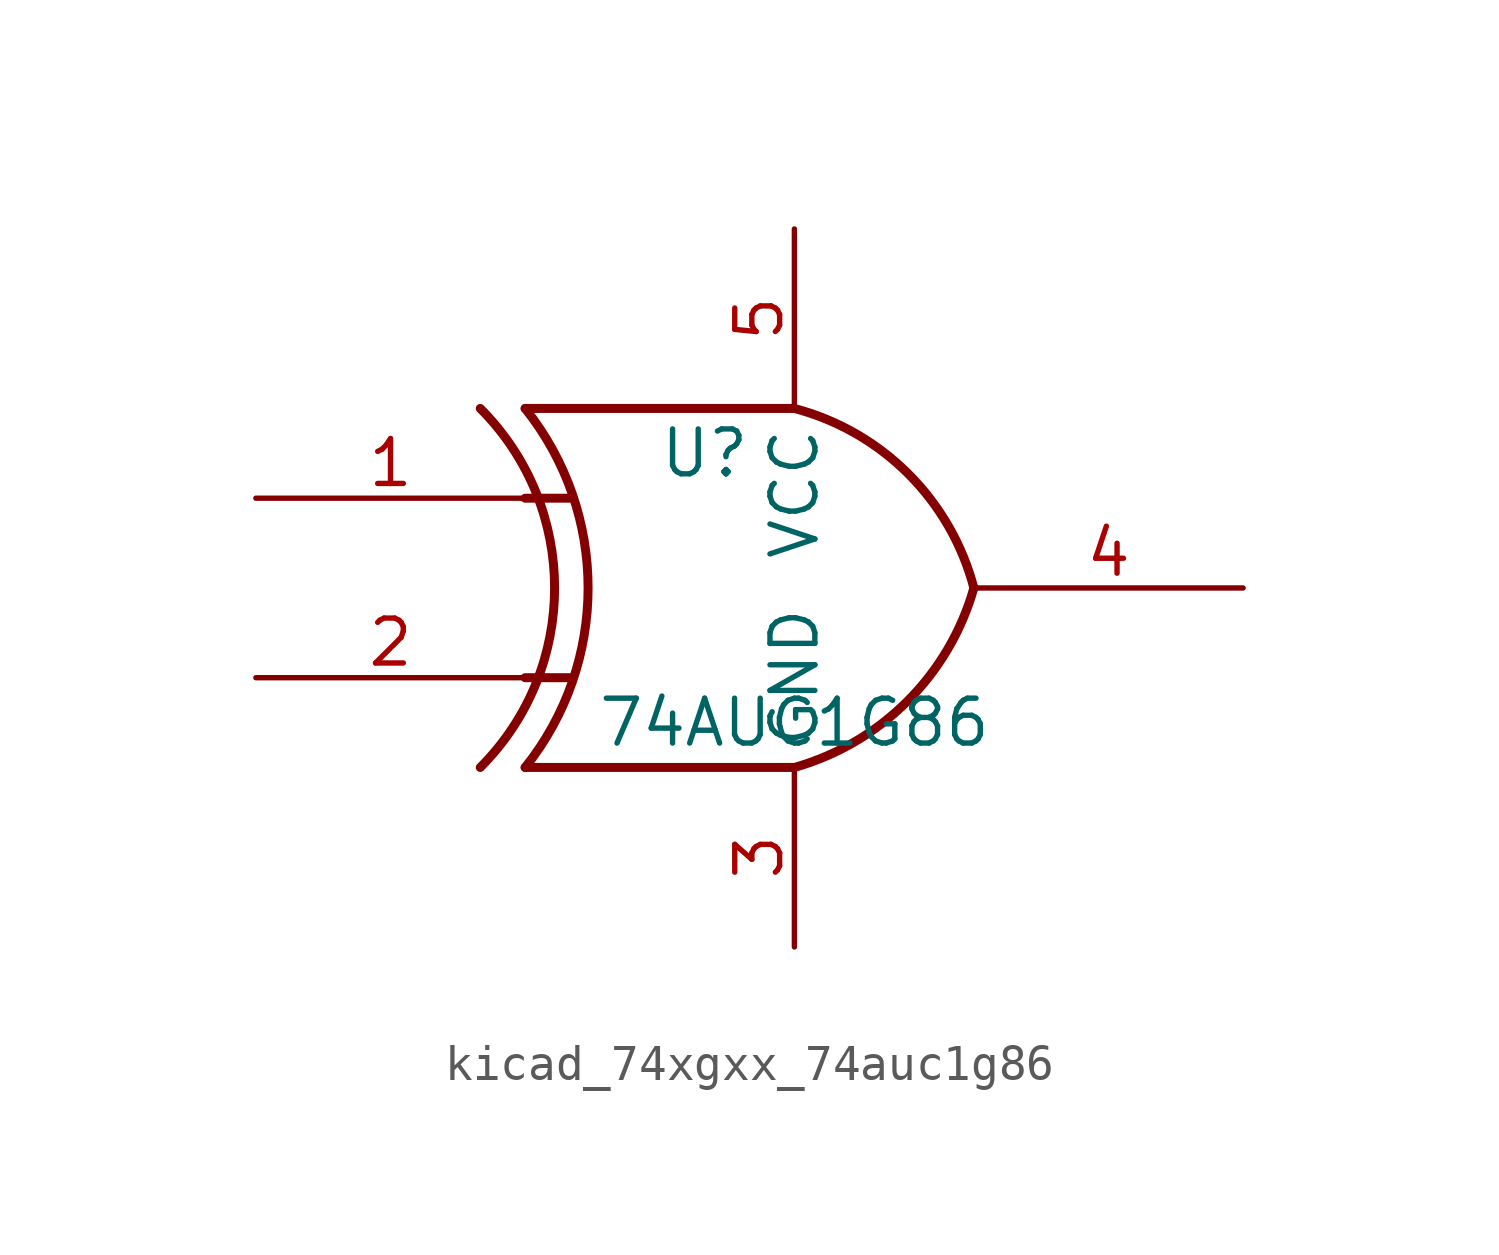
<source format=kicad_sym>
(kicad_symbol_lib
  (version 20220914)
  (generator kicad_symbol_editor)
  (symbol "kicad_74xgxx_74auc1g86"
    (property "Reference" "U"
      (at -2.54 3.81 0)
      (effects (font (size 1.27 1.27))))
    (property "Value" "74AUC1G86"
      (at 0 -3.81 0)
      (effects (font (size 1.27 1.27))))
    (symbol "kicad_74xgxx_74auc1g86_0_1"
      (arc (start -8.89 -5.08) (mid -6.7858 0) (end -8.89 5.08) (stroke (width 0.254) (type default)) (fill (type none)))
      (arc (start -7.62 -5.08) (mid -5.838 0) (end -7.62 5.08) (stroke (width 0.254) (type default)) (fill (type none)))
      (arc (start 0 -5.08) (mid 3.1986 -3.2054) (end 5.08 0) (stroke (width 0.254) (type default)) (fill (type none)))
      (polyline (pts (xy -7.62 -2.54) (xy -6.35 -2.54)) (stroke (width 0.254) (type default)) (fill (type background)))
      (polyline (pts (xy -7.62 2.54) (xy -6.35 2.54)) (stroke (width 0.254) (type default)) (fill (type background)))
      (polyline (pts (xy 0 -5.08) (xy -7.62 -5.08)) (stroke (width 0.254) (type default)) (fill (type background)))
      (polyline (pts (xy 0 5.08) (xy -7.62 5.08)) (stroke (width 0.254) (type default)) (fill (type background)))
      (arc (start 5.08 0) (mid 3.2238 3.2304) (end 0 5.08) (stroke (width 0.254) (type default)) (fill (type none))))
    (symbol "kicad_74xgxx_74auc1g86_1_1"
      (pin input line (at -15.24 2.54 0) (length 7.62) (name "~" (effects (font (size 1.27 1.27)))) (number "1" (effects (font (size 1.27 1.27)))))
      (pin input line (at -15.24 -2.54 0) (length 7.62) (name "~" (effects (font (size 1.27 1.27)))) (number "2" (effects (font (size 1.27 1.27)))))
      (pin power_in line (at 0 -10.16 90) (length 5.08) (name "GND" (effects (font (size 1.27 1.27)))) (number "3" (effects (font (size 1.27 1.27)))))
      (pin output line (at 12.7 0 180) (length 7.62) (name "~" (effects (font (size 1.27 1.27)))) (number "4" (effects (font (size 1.27 1.27)))))
      (pin power_in line (at 0 10.16 270) (length 5.08) (name "VCC" (effects (font (size 1.27 1.27)))) (number "5" (effects (font (size 1.27 1.27))))))))
</source>
